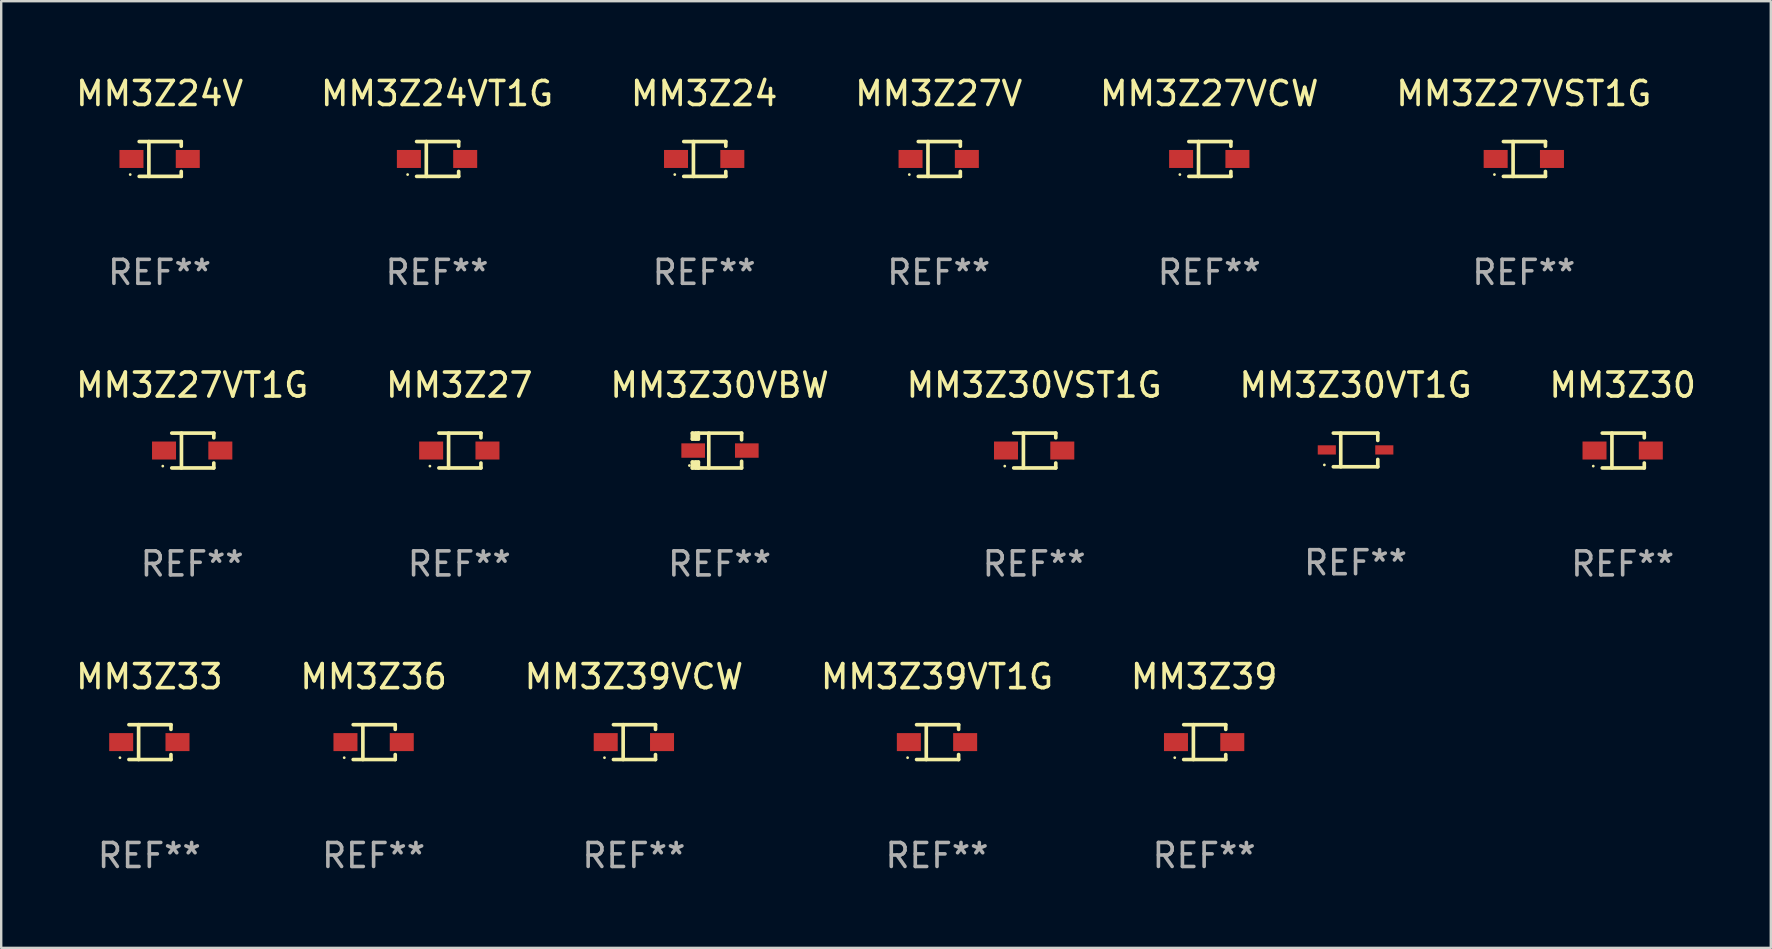
<source format=kicad_pcb>
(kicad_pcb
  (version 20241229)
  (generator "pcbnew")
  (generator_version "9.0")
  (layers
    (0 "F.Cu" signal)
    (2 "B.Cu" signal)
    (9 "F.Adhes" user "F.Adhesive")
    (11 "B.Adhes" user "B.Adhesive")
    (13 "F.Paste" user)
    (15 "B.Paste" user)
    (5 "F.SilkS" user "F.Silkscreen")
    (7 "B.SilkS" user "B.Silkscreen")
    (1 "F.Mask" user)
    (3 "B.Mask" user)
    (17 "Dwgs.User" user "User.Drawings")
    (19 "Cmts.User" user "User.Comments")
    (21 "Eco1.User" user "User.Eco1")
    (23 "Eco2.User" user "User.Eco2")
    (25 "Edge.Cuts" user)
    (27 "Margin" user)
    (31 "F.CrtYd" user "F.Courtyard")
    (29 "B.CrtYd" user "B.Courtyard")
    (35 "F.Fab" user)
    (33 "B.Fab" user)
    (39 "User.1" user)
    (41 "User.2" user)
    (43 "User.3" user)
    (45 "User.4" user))
  (footprint "MM3Z24VT1G"
    (layer "F.Cu")
    (at 15.161 3.574)
    (property "Reference" "MM3Z24VT1G" (at 0 -2.726 0) (layer "F.SilkS") (effects (font (size 1 1) (thickness 0.15))))
    (attr through_hole)
    (fp_line (start -0.851 -0.726) (end 0.901 -0.726) (stroke (width 0.152) (type solid)) (layer "F.SilkS"))
    (fp_line (start -0.851 0.726) (end 0.901 0.726) (stroke (width 0.152) (type solid)) (layer "F.SilkS"))
    (fp_line (start -0.447 -0.726) (end -0.447 0.726) (stroke (width 0.152) (type solid)) (layer "F.SilkS"))
    (fp_line (start 0.901 -0.726) (end 0.901 -0.53) (stroke (width 0.152) (type solid)) (layer "F.SilkS"))
    (fp_line (start 0.901 0.726) (end 0.901 0.52) (stroke (width 0.152) (type solid)) (layer "F.SilkS"))
    (fp_circle (center -1.225 0.65) (end -1.195 0.65) (stroke (width 0.06) (type solid)) (fill no) (layer "F.SilkS"))
    (fp_text user "REF**" (at 0 4.726 0) (layer "F.Fab") (effects (font (size 1 1) (thickness 0.15))))
    (pad "1" smd rect (at -1.173 0) (size 1 0.75) (layers "F.Cu" "F.Mask" "F.Paste"))
    (pad "2" smd rect (at 1.173 0) (size 1 0.75) (layers "F.Cu" "F.Mask" "F.Paste")))
  (footprint "MM3Z30VT1G"
    (layer "F.Cu")
    (at 53.435 15.698)
    (property "Reference" "MM3Z30VT1G" (at 0 -2.701 0) (layer "F.SilkS") (effects (font (size 1 1) (thickness 0.15))))
    (attr through_hole)
    (fp_line (start -0.926 -0.701) (end 0.926 -0.701) (stroke (width 0.152) (type solid)) (layer "F.SilkS"))
    (fp_line (start -0.926 0.701) (end 0.926 0.701) (stroke (width 0.152) (type solid)) (layer "F.SilkS"))
    (fp_line (start -0.617 -0.701) (end -0.617 0.701) (stroke (width 0.152) (type solid)) (layer "F.SilkS"))
    (fp_line (start 0.926 -0.701) (end 0.926 -0.396) (stroke (width 0.152) (type solid)) (layer "F.SilkS"))
    (fp_line (start 0.926 0.701) (end 0.926 0.396) (stroke (width 0.152) (type solid)) (layer "F.SilkS"))
    (fp_circle (center -1.3 0.625) (end -1.27 0.625) (stroke (width 0.06) (type solid)) (fill no) (layer "F.SilkS"))
    (fp_text user "REF**" (at 0 4.701 0) (layer "F.Fab") (effects (font (size 1 1) (thickness 0.15))))
    (pad "1" smd rect (at -1.198 0 180) (size 0.755 0.385) (layers "F.Cu" "F.Mask" "F.Paste"))
    (pad "2" smd rect (at 1.198 0 180) (size 0.755 0.385) (layers "F.Cu" "F.Mask" "F.Paste")))
  (footprint "MM3Z30"
    (layer "F.Cu")
    (at 64.565 15.723)
    (property "Reference" "MM3Z30" (at 0 -2.726 0) (layer "F.SilkS") (effects (font (size 1 1) (thickness 0.15))))
    (attr through_hole)
    (fp_line (start -0.851 -0.726) (end 0.901 -0.726) (stroke (width 0.152) (type solid)) (layer "F.SilkS"))
    (fp_line (start -0.851 0.726) (end 0.901 0.726) (stroke (width 0.152) (type solid)) (layer "F.SilkS"))
    (fp_line (start -0.447 -0.726) (end -0.447 0.726) (stroke (width 0.152) (type solid)) (layer "F.SilkS"))
    (fp_line (start 0.901 -0.726) (end 0.901 -0.53) (stroke (width 0.152) (type solid)) (layer "F.SilkS"))
    (fp_line (start 0.901 0.726) (end 0.901 0.52) (stroke (width 0.152) (type solid)) (layer "F.SilkS"))
    (fp_circle (center -1.225 0.65) (end -1.195 0.65) (stroke (width 0.06) (type solid)) (fill no) (layer "F.SilkS"))
    (fp_text user "REF**" (at 0 4.726 0) (layer "F.Fab") (effects (font (size 1 1) (thickness 0.15))))
    (pad "1" smd rect (at -1.173 0) (size 1 0.75) (layers "F.Cu" "F.Mask" "F.Paste"))
    (pad "2" smd rect (at 1.173 0) (size 1 0.75) (layers "F.Cu" "F.Mask" "F.Paste")))
  (footprint "MM3Z39"
    (layer "F.Cu")
    (at 47.125 27.873)
    (property "Reference" "MM3Z39" (at 0 -2.726 0) (layer "F.SilkS") (effects (font (size 1 1) (thickness 0.15))))
    (attr through_hole)
    (fp_line (start -0.851 -0.726) (end 0.901 -0.726) (stroke (width 0.152) (type solid)) (layer "F.SilkS"))
    (fp_line (start -0.851 0.726) (end 0.901 0.726) (stroke (width 0.152) (type solid)) (layer "F.SilkS"))
    (fp_line (start -0.447 -0.726) (end -0.447 0.726) (stroke (width 0.152) (type solid)) (layer "F.SilkS"))
    (fp_line (start 0.901 -0.726) (end 0.901 -0.53) (stroke (width 0.152) (type solid)) (layer "F.SilkS"))
    (fp_line (start 0.901 0.726) (end 0.901 0.52) (stroke (width 0.152) (type solid)) (layer "F.SilkS"))
    (fp_circle (center -1.225 0.65) (end -1.195 0.65) (stroke (width 0.06) (type solid)) (fill no) (layer "F.SilkS"))
    (fp_text user "REF**" (at 0 4.726 0) (layer "F.Fab") (effects (font (size 1 1) (thickness 0.15))))
    (pad "1" smd rect (at -1.173 0) (size 1 0.75) (layers "F.Cu" "F.Mask" "F.Paste"))
    (pad "2" smd rect (at 1.173 0) (size 1 0.75) (layers "F.Cu" "F.Mask" "F.Paste")))
  (footprint "MM3Z27VST1G"
    (layer "F.Cu")
    (at 60.446 3.574)
    (property "Reference" "MM3Z27VST1G" (at 0 -2.726 0) (layer "F.SilkS") (effects (font (size 1 1) (thickness 0.15))))
    (attr through_hole)
    (fp_line (start -0.851 -0.726) (end 0.901 -0.726) (stroke (width 0.152) (type solid)) (layer "F.SilkS"))
    (fp_line (start -0.851 0.726) (end 0.901 0.726) (stroke (width 0.152) (type solid)) (layer "F.SilkS"))
    (fp_line (start -0.447 -0.726) (end -0.447 0.726) (stroke (width 0.152) (type solid)) (layer "F.SilkS"))
    (fp_line (start 0.901 -0.726) (end 0.901 -0.53) (stroke (width 0.152) (type solid)) (layer "F.SilkS"))
    (fp_line (start 0.901 0.726) (end 0.901 0.52) (stroke (width 0.152) (type solid)) (layer "F.SilkS"))
    (fp_circle (center -1.225 0.65) (end -1.195 0.65) (stroke (width 0.06) (type solid)) (fill no) (layer "F.SilkS"))
    (fp_text user "REF**" (at 0 4.726 0) (layer "F.Fab") (effects (font (size 1 1) (thickness 0.15))))
    (pad "1" smd rect (at -1.173 0) (size 1 0.75) (layers "F.Cu" "F.Mask" "F.Paste"))
    (pad "2" smd rect (at 1.173 0) (size 1 0.75) (layers "F.Cu" "F.Mask" "F.Paste")))
  (footprint "MM3Z27VT1G"
    (layer "F.Cu")
    (at 4.958 15.723)
    (property "Reference" "MM3Z27VT1G" (at 0 -2.726 0) (layer "F.SilkS") (effects (font (size 1 1) (thickness 0.15))))
    (attr through_hole)
    (fp_line (start -0.851 -0.726) (end 0.901 -0.726) (stroke (width 0.152) (type solid)) (layer "F.SilkS"))
    (fp_line (start -0.851 0.726) (end 0.901 0.726) (stroke (width 0.152) (type solid)) (layer "F.SilkS"))
    (fp_line (start -0.447 -0.726) (end -0.447 0.726) (stroke (width 0.152) (type solid)) (layer "F.SilkS"))
    (fp_line (start 0.901 -0.726) (end 0.901 -0.53) (stroke (width 0.152) (type solid)) (layer "F.SilkS"))
    (fp_line (start 0.901 0.726) (end 0.901 0.52) (stroke (width 0.152) (type solid)) (layer "F.SilkS"))
    (fp_circle (center -1.225 0.65) (end -1.195 0.65) (stroke (width 0.06) (type solid)) (fill no) (layer "F.SilkS"))
    (fp_text user "REF**" (at 0 4.726 0) (layer "F.Fab") (effects (font (size 1 1) (thickness 0.15))))
    (pad "1" smd rect (at -1.173 0) (size 1 0.75) (layers "F.Cu" "F.Mask" "F.Paste"))
    (pad "2" smd rect (at 1.173 0) (size 1 0.75) (layers "F.Cu" "F.Mask" "F.Paste")))
  (footprint "MM3Z36"
    (layer "F.Cu")
    (at 12.518 27.873)
    (property "Reference" "MM3Z36" (at 0 -2.726 0) (layer "F.SilkS") (effects (font (size 1 1) (thickness 0.15))))
    (attr through_hole)
    (fp_line (start -0.851 -0.726) (end 0.901 -0.726) (stroke (width 0.152) (type solid)) (layer "F.SilkS"))
    (fp_line (start -0.851 0.726) (end 0.901 0.726) (stroke (width 0.152) (type solid)) (layer "F.SilkS"))
    (fp_line (start -0.447 -0.726) (end -0.447 0.726) (stroke (width 0.152) (type solid)) (layer "F.SilkS"))
    (fp_line (start 0.901 -0.726) (end 0.901 -0.53) (stroke (width 0.152) (type solid)) (layer "F.SilkS"))
    (fp_line (start 0.901 0.726) (end 0.901 0.52) (stroke (width 0.152) (type solid)) (layer "F.SilkS"))
    (fp_circle (center -1.225 0.65) (end -1.195 0.65) (stroke (width 0.06) (type solid)) (fill no) (layer "F.SilkS"))
    (fp_text user "REF**" (at 0 4.726 0) (layer "F.Fab") (effects (font (size 1 1) (thickness 0.15))))
    (pad "1" smd rect (at -1.173 0) (size 1 0.75) (layers "F.Cu" "F.Mask" "F.Paste"))
    (pad "2" smd rect (at 1.173 0) (size 1 0.75) (layers "F.Cu" "F.Mask" "F.Paste")))
  (footprint "MM3Z39VCW"
    (layer "F.Cu")
    (at 23.363 27.873)
    (property "Reference" "MM3Z39VCW" (at 0 -2.726 0) (layer "F.SilkS") (effects (font (size 1 1) (thickness 0.15))))
    (attr through_hole)
    (fp_line (start -0.851 -0.726) (end 0.901 -0.726) (stroke (width 0.152) (type solid)) (layer "F.SilkS"))
    (fp_line (start -0.851 0.726) (end 0.901 0.726) (stroke (width 0.152) (type solid)) (layer "F.SilkS"))
    (fp_line (start -0.447 -0.726) (end -0.447 0.726) (stroke (width 0.152) (type solid)) (layer "F.SilkS"))
    (fp_line (start 0.901 -0.726) (end 0.901 -0.53) (stroke (width 0.152) (type solid)) (layer "F.SilkS"))
    (fp_line (start 0.901 0.726) (end 0.901 0.52) (stroke (width 0.152) (type solid)) (layer "F.SilkS"))
    (fp_circle (center -1.225 0.65) (end -1.195 0.65) (stroke (width 0.06) (type solid)) (fill no) (layer "F.SilkS"))
    (fp_text user "REF**" (at 0 4.726 0) (layer "F.Fab") (effects (font (size 1 1) (thickness 0.15))))
    (pad "1" smd rect (at -1.173 0) (size 1 0.75) (layers "F.Cu" "F.Mask" "F.Paste"))
    (pad "2" smd rect (at 1.173 0) (size 1 0.75) (layers "F.Cu" "F.Mask" "F.Paste")))
  (footprint "MM3Z30VBW"
    (layer "F.Cu")
    (at 26.935 15.724)
    (property "Reference" "MM3Z30VBW" (at 0 -2.726 0) (layer "F.SilkS") (effects (font (size 1 1) (thickness 0.15))))
    (attr through_hole)
    (fp_line (start -1.134 0.48) (end -1.134 0.726) (stroke (width 0.152) (type solid)) (layer "F.SilkS"))
    (fp_line (start -1.134 0.726) (end -0.885 0.726) (stroke (width 0.152) (type solid)) (layer "F.SilkS"))
    (fp_line (start -1.134 -0.726) (end -1.134 -0.48) (stroke (width 0.152) (type solid)) (layer "F.SilkS"))
    (fp_line (start -0.992 -0.726) (end -0.992 -0.48) (stroke (width 0.152) (type solid)) (layer "F.SilkS"))
    (fp_line (start -0.992 0.48) (end -0.992 0.726) (stroke (width 0.152) (type solid)) (layer "F.SilkS"))
    (fp_line (start -0.885 -0.726) (end -1.134 -0.726) (stroke (width 0.152) (type solid)) (layer "F.SilkS"))
    (fp_line (start -0.885 -0.48) (end -1.134 -0.48) (stroke (width 0.152) (type solid)) (layer "F.SilkS"))
    (fp_line (start -0.885 -0.48) (end -0.885 -0.726) (stroke (width 0.152) (type solid)) (layer "F.SilkS"))
    (fp_line (start -0.885 0.48) (end -1.134 0.48) (stroke (width 0.152) (type solid)) (layer "F.SilkS"))
    (fp_line (start -0.885 0.48) (end -0.885 0.726) (stroke (width 0.152) (type solid)) (layer "F.SilkS"))
    (fp_line (start -0.451 0.726) (end -0.451 -0.726) (stroke (width 0.152) (type solid)) (layer "F.SilkS"))
    (fp_line (start 0.917 -0.726) (end -0.885 -0.726) (stroke (width 0.152) (type solid)) (layer "F.SilkS"))
    (fp_line (start 0.917 -0.726) (end 0.917 -0.448) (stroke (width 0.152) (type solid)) (layer "F.SilkS"))
    (fp_line (start 0.917 0.726) (end -0.885 0.726) (stroke (width 0.152) (type solid)) (layer "F.SilkS"))
    (fp_line (start 0.917 0.726) (end 0.917 0.448) (stroke (width 0.152) (type solid)) (layer "F.SilkS"))
    (fp_circle (center -1.259 0.625) (end -1.229 0.625) (stroke (width 0.06) (type solid)) (fill no) (layer "F.SilkS"))
    (fp_text user "REF**" (at 0 4.726 0) (layer "F.Fab") (effects (font (size 1 1) (thickness 0.15))))
    (pad "1" smd rect (at -1.101 -0.000114) (size 0.985 0.6) (layers "F.Cu" "F.Mask" "F.Paste"))
    (pad "2" smd rect (at 1.134 -0.000114) (size 0.985 0.6) (layers "F.Cu" "F.Mask" "F.Paste")))
  (footprint "MM3Z30VST1G"
    (layer "F.Cu")
    (at 40.042 15.723)
    (property "Reference" "MM3Z30VST1G" (at 0 -2.726 0) (layer "F.SilkS") (effects (font (size 1 1) (thickness 0.15))))
    (attr through_hole)
    (fp_line (start -0.851 -0.726) (end 0.901 -0.726) (stroke (width 0.152) (type solid)) (layer "F.SilkS"))
    (fp_line (start -0.851 0.726) (end 0.901 0.726) (stroke (width 0.152) (type solid)) (layer "F.SilkS"))
    (fp_line (start -0.447 -0.726) (end -0.447 0.726) (stroke (width 0.152) (type solid)) (layer "F.SilkS"))
    (fp_line (start 0.901 -0.726) (end 0.901 -0.53) (stroke (width 0.152) (type solid)) (layer "F.SilkS"))
    (fp_line (start 0.901 0.726) (end 0.901 0.52) (stroke (width 0.152) (type solid)) (layer "F.SilkS"))
    (fp_circle (center -1.225 0.65) (end -1.195 0.65) (stroke (width 0.06) (type solid)) (fill no) (layer "F.SilkS"))
    (fp_text user "REF**" (at 0 4.726 0) (layer "F.Fab") (effects (font (size 1 1) (thickness 0.15))))
    (pad "1" smd rect (at -1.173 0) (size 1 0.75) (layers "F.Cu" "F.Mask" "F.Paste"))
    (pad "2" smd rect (at 1.173 0) (size 1 0.75) (layers "F.Cu" "F.Mask" "F.Paste")))
  (footprint "MM3Z33"
    (layer "F.Cu")
    (at 3.173 27.873)
    (property "Reference" "MM3Z33" (at 0 -2.726 0) (layer "F.SilkS") (effects (font (size 1 1) (thickness 0.15))))
    (attr through_hole)
    (fp_line (start -0.851 -0.726) (end 0.901 -0.726) (stroke (width 0.152) (type solid)) (layer "F.SilkS"))
    (fp_line (start -0.851 0.726) (end 0.901 0.726) (stroke (width 0.152) (type solid)) (layer "F.SilkS"))
    (fp_line (start -0.447 -0.726) (end -0.447 0.726) (stroke (width 0.152) (type solid)) (layer "F.SilkS"))
    (fp_line (start 0.901 -0.726) (end 0.901 -0.53) (stroke (width 0.152) (type solid)) (layer "F.SilkS"))
    (fp_line (start 0.901 0.726) (end 0.901 0.52) (stroke (width 0.152) (type solid)) (layer "F.SilkS"))
    (fp_circle (center -1.225 0.65) (end -1.195 0.65) (stroke (width 0.06) (type solid)) (fill no) (layer "F.SilkS"))
    (fp_text user "REF**" (at 0 4.726 0) (layer "F.Fab") (effects (font (size 1 1) (thickness 0.15))))
    (pad "1" smd rect (at -1.173 0) (size 1 0.75) (layers "F.Cu" "F.Mask" "F.Paste"))
    (pad "2" smd rect (at 1.173 0) (size 1 0.75) (layers "F.Cu" "F.Mask" "F.Paste")))
  (footprint "MM3Z24"
    (layer "F.Cu")
    (at 26.292 3.574)
    (property "Reference" "MM3Z24" (at 0 -2.726 0) (layer "F.SilkS") (effects (font (size 1 1) (thickness 0.15))))
    (attr through_hole)
    (fp_line (start -0.851 -0.726) (end 0.901 -0.726) (stroke (width 0.152) (type solid)) (layer "F.SilkS"))
    (fp_line (start -0.851 0.726) (end 0.901 0.726) (stroke (width 0.152) (type solid)) (layer "F.SilkS"))
    (fp_line (start -0.447 -0.726) (end -0.447 0.726) (stroke (width 0.152) (type solid)) (layer "F.SilkS"))
    (fp_line (start 0.901 -0.726) (end 0.901 -0.53) (stroke (width 0.152) (type solid)) (layer "F.SilkS"))
    (fp_line (start 0.901 0.726) (end 0.901 0.52) (stroke (width 0.152) (type solid)) (layer "F.SilkS"))
    (fp_circle (center -1.225 0.65) (end -1.195 0.65) (stroke (width 0.06) (type solid)) (fill no) (layer "F.SilkS"))
    (fp_text user "REF**" (at 0 4.726 0) (layer "F.Fab") (effects (font (size 1 1) (thickness 0.15))))
    (pad "1" smd rect (at -1.173 0) (size 1 0.75) (layers "F.Cu" "F.Mask" "F.Paste"))
    (pad "2" smd rect (at 1.173 0) (size 1 0.75) (layers "F.Cu" "F.Mask" "F.Paste")))
  (footprint "MM3Z24V"
    (layer "F.Cu")
    (at 3.601 3.574)
    (property "Reference" "MM3Z24V" (at 0 -2.726 0) (layer "F.SilkS") (effects (font (size 1 1) (thickness 0.15))))
    (attr through_hole)
    (fp_line (start -0.851 -0.726) (end 0.901 -0.726) (stroke (width 0.152) (type solid)) (layer "F.SilkS"))
    (fp_line (start -0.851 0.726) (end 0.901 0.726) (stroke (width 0.152) (type solid)) (layer "F.SilkS"))
    (fp_line (start -0.447 -0.726) (end -0.447 0.726) (stroke (width 0.152) (type solid)) (layer "F.SilkS"))
    (fp_line (start 0.901 -0.726) (end 0.901 -0.53) (stroke (width 0.152) (type solid)) (layer "F.SilkS"))
    (fp_line (start 0.901 0.726) (end 0.901 0.52) (stroke (width 0.152) (type solid)) (layer "F.SilkS"))
    (fp_circle (center -1.225 0.65) (end -1.195 0.65) (stroke (width 0.06) (type solid)) (fill no) (layer "F.SilkS"))
    (fp_text user "REF**" (at 0 4.726 0) (layer "F.Fab") (effects (font (size 1 1) (thickness 0.15))))
    (pad "1" smd rect (at -1.173 0) (size 1 0.75) (layers "F.Cu" "F.Mask" "F.Paste"))
    (pad "2" smd rect (at 1.173 0) (size 1 0.75) (layers "F.Cu" "F.Mask" "F.Paste")))
  (footprint "MM3Z39VT1G"
    (layer "F.Cu")
    (at 35.994 27.873)
    (property "Reference" "MM3Z39VT1G" (at 0 -2.726 0) (layer "F.SilkS") (effects (font (size 1 1) (thickness 0.15))))
    (attr through_hole)
    (fp_line (start -0.851 -0.726) (end 0.901 -0.726) (stroke (width 0.152) (type solid)) (layer "F.SilkS"))
    (fp_line (start -0.851 0.726) (end 0.901 0.726) (stroke (width 0.152) (type solid)) (layer "F.SilkS"))
    (fp_line (start -0.447 -0.726) (end -0.447 0.726) (stroke (width 0.152) (type solid)) (layer "F.SilkS"))
    (fp_line (start 0.901 -0.726) (end 0.901 -0.53) (stroke (width 0.152) (type solid)) (layer "F.SilkS"))
    (fp_line (start 0.901 0.726) (end 0.901 0.52) (stroke (width 0.152) (type solid)) (layer "F.SilkS"))
    (fp_circle (center -1.225 0.65) (end -1.195 0.65) (stroke (width 0.06) (type solid)) (fill no) (layer "F.SilkS"))
    (fp_text user "REF**" (at 0 4.726 0) (layer "F.Fab") (effects (font (size 1 1) (thickness 0.15))))
    (pad "1" smd rect (at -1.173 0) (size 1 0.75) (layers "F.Cu" "F.Mask" "F.Paste"))
    (pad "2" smd rect (at 1.173 0) (size 1 0.75) (layers "F.Cu" "F.Mask" "F.Paste")))
  (footprint "MM3Z27V"
    (layer "F.Cu")
    (at 36.065 3.574)
    (property "Reference" "MM3Z27V" (at 0 -2.726 0) (layer "F.SilkS") (effects (font (size 1 1) (thickness 0.15))))
    (attr through_hole)
    (fp_line (start -0.851 -0.726) (end 0.901 -0.726) (stroke (width 0.152) (type solid)) (layer "F.SilkS"))
    (fp_line (start -0.851 0.726) (end 0.901 0.726) (stroke (width 0.152) (type solid)) (layer "F.SilkS"))
    (fp_line (start -0.447 -0.726) (end -0.447 0.726) (stroke (width 0.152) (type solid)) (layer "F.SilkS"))
    (fp_line (start 0.901 -0.726) (end 0.901 -0.53) (stroke (width 0.152) (type solid)) (layer "F.SilkS"))
    (fp_line (start 0.901 0.726) (end 0.901 0.52) (stroke (width 0.152) (type solid)) (layer "F.SilkS"))
    (fp_circle (center -1.225 0.65) (end -1.195 0.65) (stroke (width 0.06) (type solid)) (fill no) (layer "F.SilkS"))
    (fp_text user "REF**" (at 0 4.726 0) (layer "F.Fab") (effects (font (size 1 1) (thickness 0.15))))
    (pad "1" smd rect (at -1.173 0) (size 1 0.75) (layers "F.Cu" "F.Mask" "F.Paste"))
    (pad "2" smd rect (at 1.173 0) (size 1 0.75) (layers "F.Cu" "F.Mask" "F.Paste")))
  (footprint "MM3Z27"
    (layer "F.Cu")
    (at 16.089 15.723)
    (property "Reference" "MM3Z27" (at 0 -2.726 0) (layer "F.SilkS") (effects (font (size 1 1) (thickness 0.15))))
    (attr through_hole)
    (fp_line (start -0.851 -0.726) (end 0.901 -0.726) (stroke (width 0.152) (type solid)) (layer "F.SilkS"))
    (fp_line (start -0.851 0.726) (end 0.901 0.726) (stroke (width 0.152) (type solid)) (layer "F.SilkS"))
    (fp_line (start -0.447 -0.726) (end -0.447 0.726) (stroke (width 0.152) (type solid)) (layer "F.SilkS"))
    (fp_line (start 0.901 -0.726) (end 0.901 -0.53) (stroke (width 0.152) (type solid)) (layer "F.SilkS"))
    (fp_line (start 0.901 0.726) (end 0.901 0.52) (stroke (width 0.152) (type solid)) (layer "F.SilkS"))
    (fp_circle (center -1.225 0.65) (end -1.195 0.65) (stroke (width 0.06) (type solid)) (fill no) (layer "F.SilkS"))
    (fp_text user "REF**" (at 0 4.726 0) (layer "F.Fab") (effects (font (size 1 1) (thickness 0.15))))
    (pad "1" smd rect (at -1.173 0) (size 1 0.75) (layers "F.Cu" "F.Mask" "F.Paste"))
    (pad "2" smd rect (at 1.173 0) (size 1 0.75) (layers "F.Cu" "F.Mask" "F.Paste")))
  (footprint "MM3Z27VCW"
    (layer "F.Cu")
    (at 47.339 3.574)
    (property "Reference" "MM3Z27VCW" (at 0 -2.726 0) (layer "F.SilkS") (effects (font (size 1 1) (thickness 0.15))))
    (attr through_hole)
    (fp_line (start -0.851 -0.726) (end 0.901 -0.726) (stroke (width 0.152) (type solid)) (layer "F.SilkS"))
    (fp_line (start -0.851 0.726) (end 0.901 0.726) (stroke (width 0.152) (type solid)) (layer "F.SilkS"))
    (fp_line (start -0.447 -0.726) (end -0.447 0.726) (stroke (width 0.152) (type solid)) (layer "F.SilkS"))
    (fp_line (start 0.901 -0.726) (end 0.901 -0.53) (stroke (width 0.152) (type solid)) (layer "F.SilkS"))
    (fp_line (start 0.901 0.726) (end 0.901 0.52) (stroke (width 0.152) (type solid)) (layer "F.SilkS"))
    (fp_circle (center -1.225 0.65) (end -1.195 0.65) (stroke (width 0.06) (type solid)) (fill no) (layer "F.SilkS"))
    (fp_text user "REF**" (at 0 4.726 0) (layer "F.Fab") (effects (font (size 1 1) (thickness 0.15))))
    (pad "1" smd rect (at -1.173 0) (size 1 0.75) (layers "F.Cu" "F.Mask" "F.Paste"))
    (pad "2" smd rect (at 1.173 0) (size 1 0.75) (layers "F.Cu" "F.Mask" "F.Paste")))
  (gr_rect
    (start -3 -3)
    (end 70.738 36.447)
    (stroke (width 0.1) (type default))
    (fill no)
    (layer "Edge.Cuts")))
</source>
